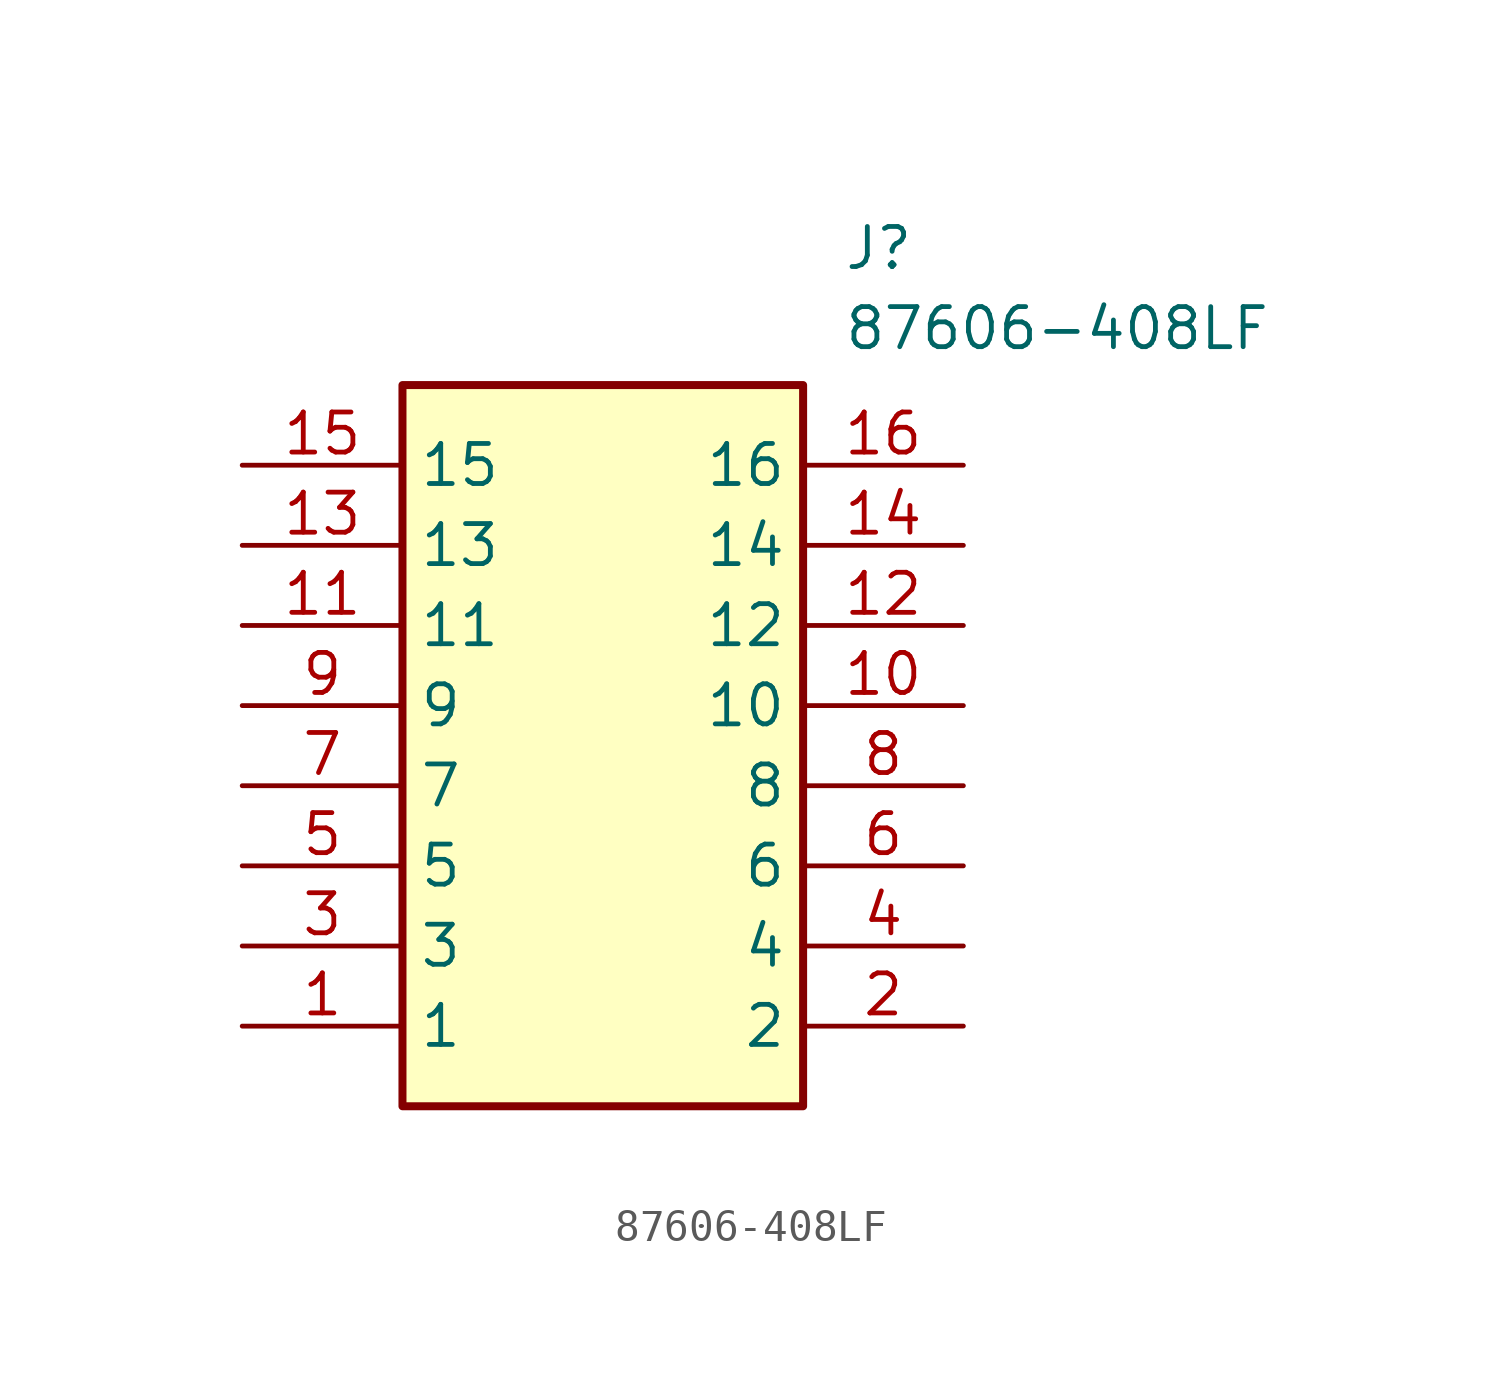
<source format=kicad_sym>
(kicad_symbol_lib
  (version 20211014)
  (generator SamacSys_ECAD_Model)
  (symbol "87606-408LF"
    (property "Reference" "J"
      (at 19.05 7.62 0)
      (effects (font (size 1.27 1.27)) (justify left top)))
    (property "Value" "87606-408LF"
      (at 19.05 5.08 0)
      (effects (font (size 1.27 1.27)) (justify left top)))
    (rectangle
      (start 5.08 2.54)
      (end 17.78 -20.32)
      (stroke (width 0.254) (type default))
      (fill (type background)))
    (pin passive line
      (at 0 -17.78 0)
      (length 5.08)
      (name "1" (effects (font (size 1.27 1.27))))
      (number "1" (effects (font (size 1.27 1.27)))))
    (pin passive line
      (at 22.86 -17.78 180)
      (length 5.08)
      (name "2" (effects (font (size 1.27 1.27))))
      (number "2" (effects (font (size 1.27 1.27)))))
    (pin passive line
      (at 0 -15.24 0)
      (length 5.08)
      (name "3" (effects (font (size 1.27 1.27))))
      (number "3" (effects (font (size 1.27 1.27)))))
    (pin passive line
      (at 22.86 -15.24 180)
      (length 5.08)
      (name "4" (effects (font (size 1.27 1.27))))
      (number "4" (effects (font (size 1.27 1.27)))))
    (pin passive line
      (at 0 -12.7 0)
      (length 5.08)
      (name "5" (effects (font (size 1.27 1.27))))
      (number "5" (effects (font (size 1.27 1.27)))))
    (pin passive line
      (at 22.86 -12.7 180)
      (length 5.08)
      (name "6" (effects (font (size 1.27 1.27))))
      (number "6" (effects (font (size 1.27 1.27)))))
    (pin passive line
      (at 0 -10.16 0)
      (length 5.08)
      (name "7" (effects (font (size 1.27 1.27))))
      (number "7" (effects (font (size 1.27 1.27)))))
    (pin passive line
      (at 22.86 -10.16 180)
      (length 5.08)
      (name "8" (effects (font (size 1.27 1.27))))
      (number "8" (effects (font (size 1.27 1.27)))))
    (pin passive line
      (at 0 -7.62 0)
      (length 5.08)
      (name "9" (effects (font (size 1.27 1.27))))
      (number "9" (effects (font (size 1.27 1.27)))))
    (pin passive line
      (at 22.86 -7.62 180)
      (length 5.08)
      (name "10" (effects (font (size 1.27 1.27))))
      (number "10" (effects (font (size 1.27 1.27)))))
    (pin passive line
      (at 0 -5.08 0)
      (length 5.08)
      (name "11" (effects (font (size 1.27 1.27))))
      (number "11" (effects (font (size 1.27 1.27)))))
    (pin passive line
      (at 22.86 -5.08 180)
      (length 5.08)
      (name "12" (effects (font (size 1.27 1.27))))
      (number "12" (effects (font (size 1.27 1.27)))))
    (pin passive line
      (at 0 -2.54 0)
      (length 5.08)
      (name "13" (effects (font (size 1.27 1.27))))
      (number "13" (effects (font (size 1.27 1.27)))))
    (pin passive line
      (at 22.86 -2.54 180)
      (length 5.08)
      (name "14" (effects (font (size 1.27 1.27))))
      (number "14" (effects (font (size 1.27 1.27)))))
    (pin passive line
      (at 0 0 0)
      (length 5.08)
      (name "15" (effects (font (size 1.27 1.27))))
      (number "15" (effects (font (size 1.27 1.27)))))
    (pin passive line
      (at 22.86 0 180)
      (length 5.08)
      (name "16" (effects (font (size 1.27 1.27))))
      (number "16" (effects (font (size 1.27 1.27)))))))
</source>
